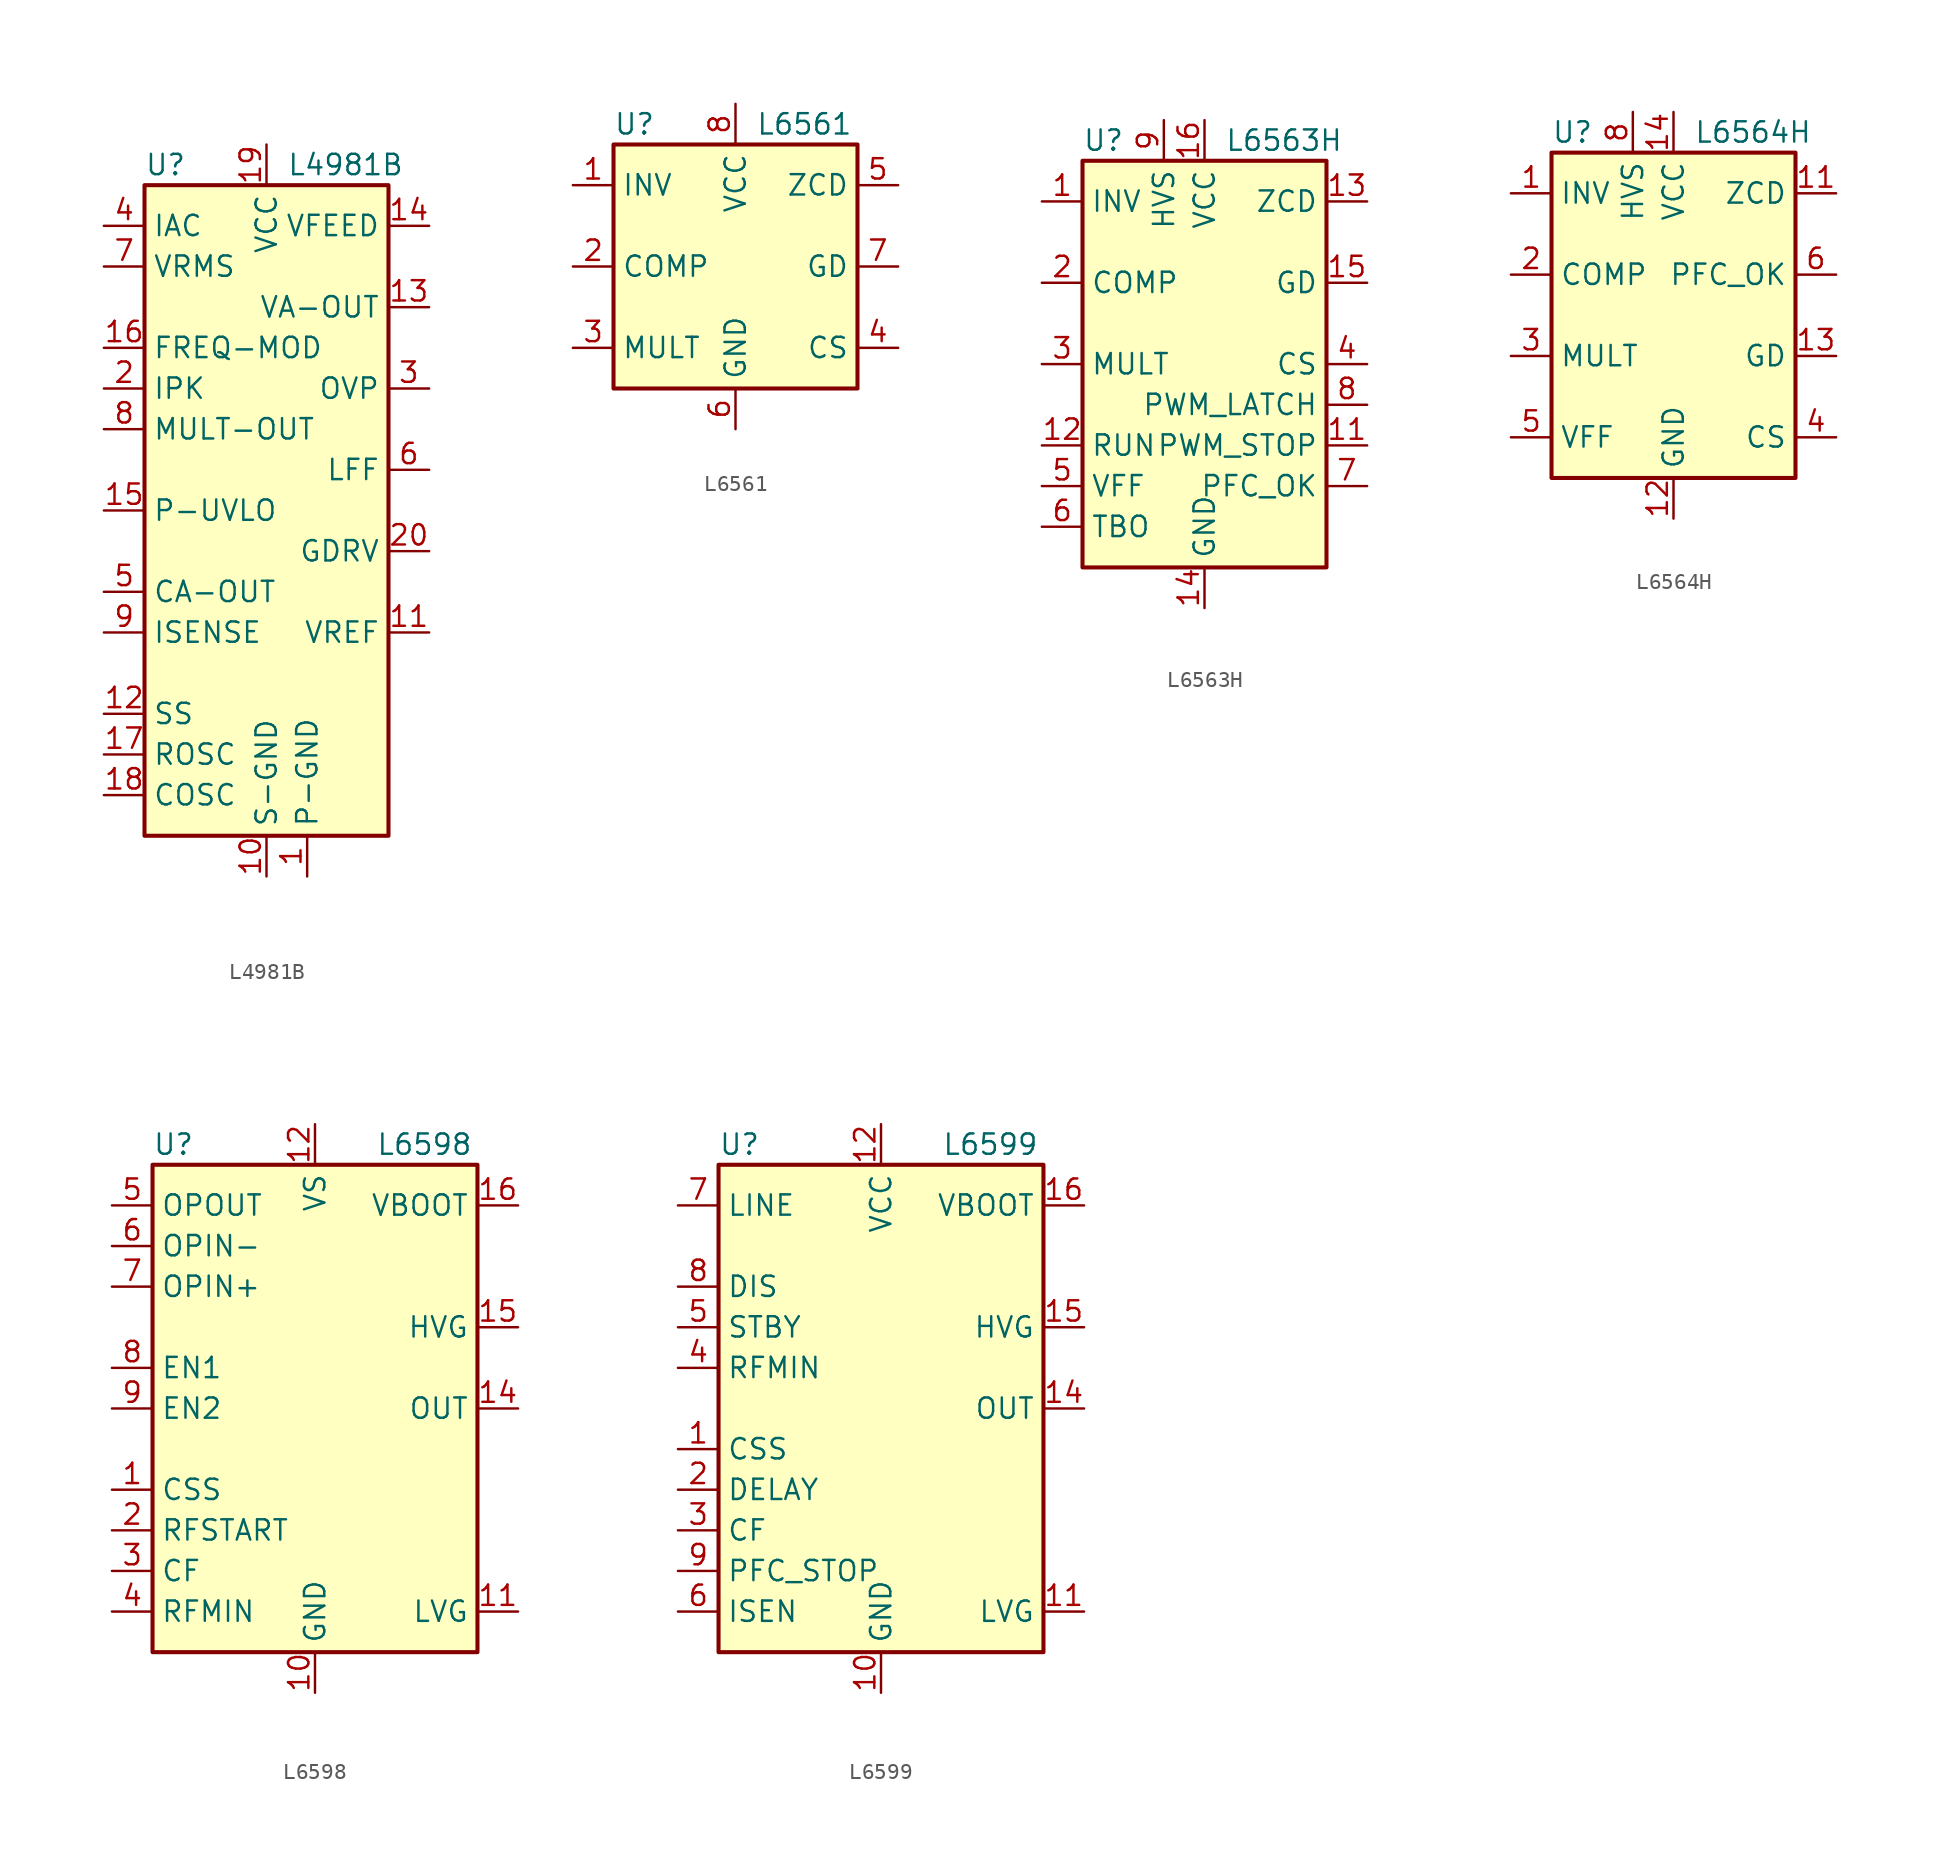
<source format=kicad_sym>
(kicad_symbol_lib
  (version 20220914)
  (generator kicad_symbol_editor)
  (symbol "L4981B"
    (property "Reference" "U"
      (at -7.62 21.59 0)
      (effects (font (size 1.27 1.27)) (justify left)))
    (property "Value" "L4981B"
      (at 1.27 21.59 0)
      (effects (font (size 1.27 1.27)) (justify left)))
    (symbol "L4981B_0_0"
      (rectangle (start -7.62 20.32) (end 7.62 -20.32) (stroke (width 0.254) (type default)) (fill (type background))))
    (symbol "L4981B_1_1"
      (pin power_in line (at 2.54 -22.86 90) (length 2.54) (name "P-GND" (effects (font (size 1.27 1.27)))) (number "1" (effects (font (size 1.27 1.27)))))
      (pin power_in line (at 0 -22.86 90) (length 2.54) (name "S-GND" (effects (font (size 1.27 1.27)))) (number "10" (effects (font (size 1.27 1.27)))))
      (pin output line (at 10.16 -7.62 180) (length 2.54) (name "VREF" (effects (font (size 1.27 1.27)))) (number "11" (effects (font (size 1.27 1.27)))))
      (pin passive line (at -10.16 -12.7 0) (length 2.54) (name "SS" (effects (font (size 1.27 1.27)))) (number "12" (effects (font (size 1.27 1.27)))))
      (pin output line (at 10.16 12.7 180) (length 2.54) (name "VA-OUT" (effects (font (size 1.27 1.27)))) (number "13" (effects (font (size 1.27 1.27)))))
      (pin input line (at 10.16 17.78 180) (length 2.54) (name "VFEED" (effects (font (size 1.27 1.27)))) (number "14" (effects (font (size 1.27 1.27)))))
      (pin input line (at -10.16 0 0) (length 2.54) (name "P-UVLO" (effects (font (size 1.27 1.27)))) (number "15" (effects (font (size 1.27 1.27)))))
      (pin input line (at -10.16 10.16 0) (length 2.54) (name "FREQ-MOD" (effects (font (size 1.27 1.27)))) (number "16" (effects (font (size 1.27 1.27)))))
      (pin passive line (at -10.16 -15.24 0) (length 2.54) (name "ROSC" (effects (font (size 1.27 1.27)))) (number "17" (effects (font (size 1.27 1.27)))))
      (pin passive line (at -10.16 -17.78 0) (length 2.54) (name "COSC" (effects (font (size 1.27 1.27)))) (number "18" (effects (font (size 1.27 1.27)))))
      (pin power_in line (at 0 22.86 270) (length 2.54) (name "VCC" (effects (font (size 1.27 1.27)))) (number "19" (effects (font (size 1.27 1.27)))))
      (pin input line (at -10.16 7.62 0) (length 2.54) (name "IPK" (effects (font (size 1.27 1.27)))) (number "2" (effects (font (size 1.27 1.27)))))
      (pin output line (at 10.16 -2.54 180) (length 2.54) (name "GDRV" (effects (font (size 1.27 1.27)))) (number "20" (effects (font (size 1.27 1.27)))))
      (pin input line (at 10.16 7.62 180) (length 2.54) (name "OVP" (effects (font (size 1.27 1.27)))) (number "3" (effects (font (size 1.27 1.27)))))
      (pin input line (at -10.16 17.78 0) (length 2.54) (name "IAC" (effects (font (size 1.27 1.27)))) (number "4" (effects (font (size 1.27 1.27)))))
      (pin output line (at -10.16 -5.08 0) (length 2.54) (name "CA-OUT" (effects (font (size 1.27 1.27)))) (number "5" (effects (font (size 1.27 1.27)))))
      (pin input line (at 10.16 2.54 180) (length 2.54) (name "LFF" (effects (font (size 1.27 1.27)))) (number "6" (effects (font (size 1.27 1.27)))))
      (pin input line (at -10.16 15.24 0) (length 2.54) (name "VRMS" (effects (font (size 1.27 1.27)))) (number "7" (effects (font (size 1.27 1.27)))))
      (pin output line (at -10.16 5.08 0) (length 2.54) (name "MULT-OUT" (effects (font (size 1.27 1.27)))) (number "8" (effects (font (size 1.27 1.27)))))
      (pin input line (at -10.16 -7.62 0) (length 2.54) (name "ISENSE" (effects (font (size 1.27 1.27)))) (number "9" (effects (font (size 1.27 1.27)))))))
  (symbol "L6561"
    (property "Reference" "U"
      (at -7.62 8.89 0)
      (effects (font (size 1.27 1.27)) (justify left)))
    (property "Value" "L6561"
      (at 1.27 8.89 0)
      (effects (font (size 1.27 1.27)) (justify left)))
    (symbol "L6561_0_0"
      (rectangle (start -7.62 7.62) (end 7.62 -7.62) (stroke (width 0.254) (type default)) (fill (type background))))
    (symbol "L6561_1_1"
      (pin input line (at -10.16 5.08 0) (length 2.54) (name "INV" (effects (font (size 1.27 1.27)))) (number "1" (effects (font (size 1.27 1.27)))))
      (pin output line (at -10.16 0 0) (length 2.54) (name "COMP" (effects (font (size 1.27 1.27)))) (number "2" (effects (font (size 1.27 1.27)))))
      (pin input line (at -10.16 -5.08 0) (length 2.54) (name "MULT" (effects (font (size 1.27 1.27)))) (number "3" (effects (font (size 1.27 1.27)))))
      (pin input line (at 10.16 -5.08 180) (length 2.54) (name "CS" (effects (font (size 1.27 1.27)))) (number "4" (effects (font (size 1.27 1.27)))))
      (pin input line (at 10.16 5.08 180) (length 2.54) (name "ZCD" (effects (font (size 1.27 1.27)))) (number "5" (effects (font (size 1.27 1.27)))))
      (pin power_in line (at 0 -10.16 90) (length 2.54) (name "GND" (effects (font (size 1.27 1.27)))) (number "6" (effects (font (size 1.27 1.27)))))
      (pin output line (at 10.16 0 180) (length 2.54) (name "GD" (effects (font (size 1.27 1.27)))) (number "7" (effects (font (size 1.27 1.27)))))
      (pin power_in line (at 0 10.16 270) (length 2.54) (name "VCC" (effects (font (size 1.27 1.27)))) (number "8" (effects (font (size 1.27 1.27)))))))
  (symbol "L6563H"
    (property "Reference" "U"
      (at -7.62 13.97 0)
      (effects (font (size 1.27 1.27)) (justify left)))
    (property "Value" "L6563H"
      (at 1.27 13.97 0)
      (effects (font (size 1.27 1.27)) (justify left)))
    (symbol "L6563H_0_0"
      (rectangle (start -7.62 12.7) (end 7.62 -12.7) (stroke (width 0.254) (type default)) (fill (type background))))
    (symbol "L6563H_1_1"
      (pin input line (at -10.16 10.16 0) (length 2.54) (name "INV" (effects (font (size 1.27 1.27)))) (number "1" (effects (font (size 1.27 1.27)))))
      (pin no_connect line (at -7.62 7.62 0) (length 2.54) hide (name "NC" (effects (font (size 1.27 1.27)))) (number "10" (effects (font (size 1.27 1.27)))))
      (pin output line (at 10.16 -5.08 180) (length 2.54) (name "PWM_STOP" (effects (font (size 1.27 1.27)))) (number "11" (effects (font (size 1.27 1.27)))))
      (pin input line (at -10.16 -5.08 0) (length 2.54) (name "RUN" (effects (font (size 1.27 1.27)))) (number "12" (effects (font (size 1.27 1.27)))))
      (pin input line (at 10.16 10.16 180) (length 2.54) (name "ZCD" (effects (font (size 1.27 1.27)))) (number "13" (effects (font (size 1.27 1.27)))))
      (pin power_in line (at 0 -15.24 90) (length 2.54) (name "GND" (effects (font (size 1.27 1.27)))) (number "14" (effects (font (size 1.27 1.27)))))
      (pin output line (at 10.16 5.08 180) (length 2.54) (name "GD" (effects (font (size 1.27 1.27)))) (number "15" (effects (font (size 1.27 1.27)))))
      (pin power_in line (at 0 15.24 270) (length 2.54) (name "VCC" (effects (font (size 1.27 1.27)))) (number "16" (effects (font (size 1.27 1.27)))))
      (pin output line (at -10.16 5.08 0) (length 2.54) (name "COMP" (effects (font (size 1.27 1.27)))) (number "2" (effects (font (size 1.27 1.27)))))
      (pin input line (at -10.16 0 0) (length 2.54) (name "MULT" (effects (font (size 1.27 1.27)))) (number "3" (effects (font (size 1.27 1.27)))))
      (pin input line (at 10.16 0 180) (length 2.54) (name "CS" (effects (font (size 1.27 1.27)))) (number "4" (effects (font (size 1.27 1.27)))))
      (pin passive line (at -10.16 -7.62 0) (length 2.54) (name "VFF" (effects (font (size 1.27 1.27)))) (number "5" (effects (font (size 1.27 1.27)))))
      (pin passive line (at -10.16 -10.16 0) (length 2.54) (name "TBO" (effects (font (size 1.27 1.27)))) (number "6" (effects (font (size 1.27 1.27)))))
      (pin input line (at 10.16 -7.62 180) (length 2.54) (name "PFC_OK" (effects (font (size 1.27 1.27)))) (number "7" (effects (font (size 1.27 1.27)))))
      (pin output line (at 10.16 -2.54 180) (length 2.54) (name "PWM_LATCH" (effects (font (size 1.27 1.27)))) (number "8" (effects (font (size 1.27 1.27)))))
      (pin input line (at -2.54 15.24 270) (length 2.54) (name "HVS" (effects (font (size 1.27 1.27)))) (number "9" (effects (font (size 1.27 1.27)))))))
  (symbol "L6564H"
    (property "Reference" "U"
      (at -7.62 11.43 0)
      (effects (font (size 1.27 1.27)) (justify left)))
    (property "Value" "L6564H"
      (at 1.27 11.43 0)
      (effects (font (size 1.27 1.27)) (justify left)))
    (symbol "L6564H_0_0"
      (rectangle (start -7.62 10.16) (end 7.62 -10.16) (stroke (width 0.254) (type default)) (fill (type background))))
    (symbol "L6564H_1_1"
      (pin input line (at -10.16 7.62 0) (length 2.54) (name "INV" (effects (font (size 1.27 1.27)))) (number "1" (effects (font (size 1.27 1.27)))))
      (pin no_connect line (at -7.62 -5.08 0) (length 2.54) hide (name "NC" (effects (font (size 1.27 1.27)))) (number "10" (effects (font (size 1.27 1.27)))))
      (pin input line (at 10.16 7.62 180) (length 2.54) (name "ZCD" (effects (font (size 1.27 1.27)))) (number "11" (effects (font (size 1.27 1.27)))))
      (pin power_in line (at 0 -12.7 90) (length 2.54) (name "GND" (effects (font (size 1.27 1.27)))) (number "12" (effects (font (size 1.27 1.27)))))
      (pin output line (at 10.16 -2.54 180) (length 2.54) (name "GD" (effects (font (size 1.27 1.27)))) (number "13" (effects (font (size 1.27 1.27)))))
      (pin power_in line (at 0 12.7 270) (length 2.54) (name "VCC" (effects (font (size 1.27 1.27)))) (number "14" (effects (font (size 1.27 1.27)))))
      (pin output line (at -10.16 2.54 0) (length 2.54) (name "COMP" (effects (font (size 1.27 1.27)))) (number "2" (effects (font (size 1.27 1.27)))))
      (pin input line (at -10.16 -2.54 0) (length 2.54) (name "MULT" (effects (font (size 1.27 1.27)))) (number "3" (effects (font (size 1.27 1.27)))))
      (pin input line (at 10.16 -7.62 180) (length 2.54) (name "CS" (effects (font (size 1.27 1.27)))) (number "4" (effects (font (size 1.27 1.27)))))
      (pin passive line (at -10.16 -7.62 0) (length 2.54) (name "VFF" (effects (font (size 1.27 1.27)))) (number "5" (effects (font (size 1.27 1.27)))))
      (pin input line (at 10.16 2.54 180) (length 2.54) (name "PFC_OK" (effects (font (size 1.27 1.27)))) (number "6" (effects (font (size 1.27 1.27)))))
      (pin no_connect line (at -7.62 5.08 0) (length 2.54) hide (name "NC" (effects (font (size 1.27 1.27)))) (number "7" (effects (font (size 1.27 1.27)))))
      (pin input line (at -2.54 12.7 270) (length 2.54) (name "HVS" (effects (font (size 1.27 1.27)))) (number "8" (effects (font (size 1.27 1.27)))))
      (pin no_connect line (at -7.62 0 0) (length 2.54) hide (name "NC" (effects (font (size 1.27 1.27)))) (number "9" (effects (font (size 1.27 1.27)))))))
  (symbol "L6598"
    (property "Reference" "U"
      (at -10.16 16.51 0)
      (effects (font (size 1.27 1.27)) (justify left)))
    (property "Value" "L6598"
      (at 3.81 16.51 0)
      (effects (font (size 1.27 1.27)) (justify left)))
    (symbol "L6598_0_0"
      (rectangle (start -10.16 15.24) (end 10.16 -15.24) (stroke (width 0.254) (type default)) (fill (type background))))
    (symbol "L6598_1_1"
      (pin passive line (at -12.7 -5.08 0) (length 2.54) (name "CSS" (effects (font (size 1.27 1.27)))) (number "1" (effects (font (size 1.27 1.27)))))
      (pin power_in line (at 0 -17.78 90) (length 2.54) (name "GND" (effects (font (size 1.27 1.27)))) (number "10" (effects (font (size 1.27 1.27)))))
      (pin output line (at 12.7 -12.7 180) (length 2.54) (name "LVG" (effects (font (size 1.27 1.27)))) (number "11" (effects (font (size 1.27 1.27)))))
      (pin power_in line (at 0 17.78 270) (length 2.54) (name "VS" (effects (font (size 1.27 1.27)))) (number "12" (effects (font (size 1.27 1.27)))))
      (pin no_connect line (at 10.16 10.16 180) (length 2.54) hide (name "NC" (effects (font (size 1.27 1.27)))) (number "13" (effects (font (size 1.27 1.27)))))
      (pin input line (at 12.7 0 180) (length 2.54) (name "OUT" (effects (font (size 1.27 1.27)))) (number "14" (effects (font (size 1.27 1.27)))))
      (pin output line (at 12.7 5.08 180) (length 2.54) (name "HVG" (effects (font (size 1.27 1.27)))) (number "15" (effects (font (size 1.27 1.27)))))
      (pin input line (at 12.7 12.7 180) (length 2.54) (name "VBOOT" (effects (font (size 1.27 1.27)))) (number "16" (effects (font (size 1.27 1.27)))))
      (pin passive line (at -12.7 -7.62 0) (length 2.54) (name "RFSTART" (effects (font (size 1.27 1.27)))) (number "2" (effects (font (size 1.27 1.27)))))
      (pin passive line (at -12.7 -10.16 0) (length 2.54) (name "CF" (effects (font (size 1.27 1.27)))) (number "3" (effects (font (size 1.27 1.27)))))
      (pin passive line (at -12.7 -12.7 0) (length 2.54) (name "RFMIN" (effects (font (size 1.27 1.27)))) (number "4" (effects (font (size 1.27 1.27)))))
      (pin output line (at -12.7 12.7 0) (length 2.54) (name "OPOUT" (effects (font (size 1.27 1.27)))) (number "5" (effects (font (size 1.27 1.27)))))
      (pin input line (at -12.7 10.16 0) (length 2.54) (name "OPIN-" (effects (font (size 1.27 1.27)))) (number "6" (effects (font (size 1.27 1.27)))))
      (pin input line (at -12.7 7.62 0) (length 2.54) (name "OPIN+" (effects (font (size 1.27 1.27)))) (number "7" (effects (font (size 1.27 1.27)))))
      (pin input line (at -12.7 2.54 0) (length 2.54) (name "EN1" (effects (font (size 1.27 1.27)))) (number "8" (effects (font (size 1.27 1.27)))))
      (pin input line (at -12.7 0 0) (length 2.54) (name "EN2" (effects (font (size 1.27 1.27)))) (number "9" (effects (font (size 1.27 1.27)))))))
  (symbol "L6599"
    (property "Reference" "U"
      (at -10.16 16.51 0)
      (effects (font (size 1.27 1.27)) (justify left)))
    (property "Value" "L6599"
      (at 3.81 16.51 0)
      (effects (font (size 1.27 1.27)) (justify left)))
    (symbol "L6599_0_0"
      (rectangle (start -10.16 15.24) (end 10.16 -15.24) (stroke (width 0.254) (type default)) (fill (type background))))
    (symbol "L6599_1_1"
      (pin passive line (at -12.7 -2.54 0) (length 2.54) (name "CSS" (effects (font (size 1.27 1.27)))) (number "1" (effects (font (size 1.27 1.27)))))
      (pin power_in line (at 0 -17.78 90) (length 2.54) (name "GND" (effects (font (size 1.27 1.27)))) (number "10" (effects (font (size 1.27 1.27)))))
      (pin output line (at 12.7 -12.7 180) (length 2.54) (name "LVG" (effects (font (size 1.27 1.27)))) (number "11" (effects (font (size 1.27 1.27)))))
      (pin power_in line (at 0 17.78 270) (length 2.54) (name "VCC" (effects (font (size 1.27 1.27)))) (number "12" (effects (font (size 1.27 1.27)))))
      (pin no_connect line (at 10.16 10.16 180) (length 2.54) hide (name "NC" (effects (font (size 1.27 1.27)))) (number "13" (effects (font (size 1.27 1.27)))))
      (pin input line (at 12.7 0 180) (length 2.54) (name "OUT" (effects (font (size 1.27 1.27)))) (number "14" (effects (font (size 1.27 1.27)))))
      (pin output line (at 12.7 5.08 180) (length 2.54) (name "HVG" (effects (font (size 1.27 1.27)))) (number "15" (effects (font (size 1.27 1.27)))))
      (pin input line (at 12.7 12.7 180) (length 2.54) (name "VBOOT" (effects (font (size 1.27 1.27)))) (number "16" (effects (font (size 1.27 1.27)))))
      (pin passive line (at -12.7 -5.08 0) (length 2.54) (name "DELAY" (effects (font (size 1.27 1.27)))) (number "2" (effects (font (size 1.27 1.27)))))
      (pin passive line (at -12.7 -7.62 0) (length 2.54) (name "CF" (effects (font (size 1.27 1.27)))) (number "3" (effects (font (size 1.27 1.27)))))
      (pin passive line (at -12.7 2.54 0) (length 2.54) (name "RFMIN" (effects (font (size 1.27 1.27)))) (number "4" (effects (font (size 1.27 1.27)))))
      (pin input line (at -12.7 5.08 0) (length 2.54) (name "STBY" (effects (font (size 1.27 1.27)))) (number "5" (effects (font (size 1.27 1.27)))))
      (pin input line (at -12.7 -12.7 0) (length 2.54) (name "ISEN" (effects (font (size 1.27 1.27)))) (number "6" (effects (font (size 1.27 1.27)))))
      (pin input line (at -12.7 12.7 0) (length 2.54) (name "LINE" (effects (font (size 1.27 1.27)))) (number "7" (effects (font (size 1.27 1.27)))))
      (pin input line (at -12.7 7.62 0) (length 2.54) (name "DIS" (effects (font (size 1.27 1.27)))) (number "8" (effects (font (size 1.27 1.27)))))
      (pin open_collector line (at -12.7 -10.16 0) (length 2.54) (name "PFC_STOP" (effects (font (size 1.27 1.27)))) (number "9" (effects (font (size 1.27 1.27))))))))
</source>
